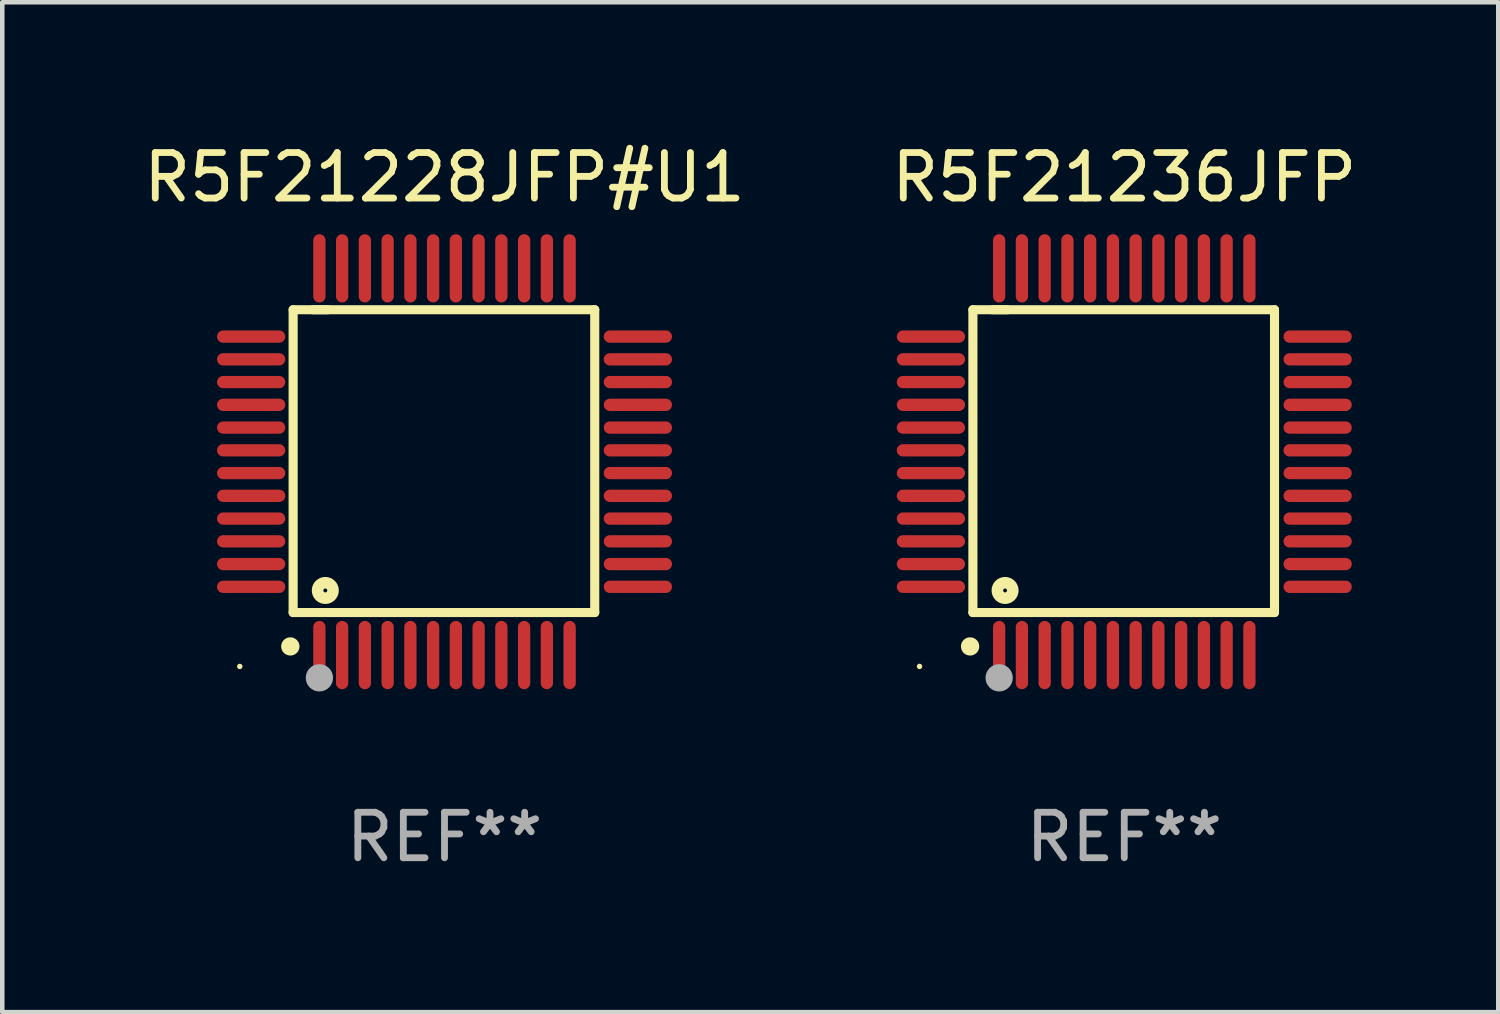
<source format=kicad_pcb>
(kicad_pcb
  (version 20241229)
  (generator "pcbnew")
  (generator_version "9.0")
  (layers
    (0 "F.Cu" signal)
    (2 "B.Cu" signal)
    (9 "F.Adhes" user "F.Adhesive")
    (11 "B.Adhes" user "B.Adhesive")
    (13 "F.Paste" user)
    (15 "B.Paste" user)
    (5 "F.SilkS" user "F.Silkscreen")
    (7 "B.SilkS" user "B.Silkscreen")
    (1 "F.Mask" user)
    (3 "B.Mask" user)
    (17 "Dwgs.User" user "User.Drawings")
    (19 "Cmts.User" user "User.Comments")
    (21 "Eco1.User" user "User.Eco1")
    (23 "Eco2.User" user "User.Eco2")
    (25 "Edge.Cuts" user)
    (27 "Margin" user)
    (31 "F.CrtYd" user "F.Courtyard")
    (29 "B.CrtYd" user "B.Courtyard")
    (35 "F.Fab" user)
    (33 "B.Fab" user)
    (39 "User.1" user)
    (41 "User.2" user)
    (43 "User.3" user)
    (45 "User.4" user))
  (footprint "R5F21228JFP#U1"
    (layer "F.Cu")
    (at 6.72 7.098)
    (property "Reference" "R5F21228JFP#U1" (at 0 -6.25 0) (layer "F.SilkS") (effects (font (size 1 1) (thickness 0.15))))
    (attr through_hole)
    (fp_line (start -3.327 -3.34) (end -2.565 -3.34) (stroke (width 0.2) (type solid)) (layer "F.SilkS"))
    (fp_line (start -3.327 3.315) (end -3.327 -3.34) (stroke (width 0.2) (type solid)) (layer "F.SilkS"))
    (fp_line (start -2.896 -3.34) (end 3.302 -3.34) (stroke (width 0.2) (type solid)) (layer "F.SilkS"))
    (fp_line (start 3.302 -3.34) (end 3.302 3.315) (stroke (width 0.2) (type solid)) (layer "F.SilkS"))
    (fp_line (start 3.302 3.315) (end -3.327 3.315) (stroke (width 0.2) (type solid)) (layer "F.SilkS"))
    (fp_arc (start -3.389992 4.059995) (mid -3.388722 4.059991) (end -3.387452 4.059995) (stroke (width 0.4) (type solid)) (layer "F.SilkS"))
    (fp_circle (center -4.5 4.5) (end -4.47 4.5) (stroke (width 0.06) (type solid)) (fill no) (layer "F.SilkS"))
    (fp_circle (center -2.62 2.83) (end -2.45 2.83) (stroke (width 0.254) (type solid)) (fill no) (layer "F.SilkS"))
    (fp_circle (center -2.75 4.75) (end -2.6 4.75) (stroke (width 0.3) (type solid)) (fill no) (layer "F.Fab"))
    (fp_text user "REF**" (at 0 8.25 0) (layer "F.Fab") (effects (font (size 1 1) (thickness 0.15))))
    (pad "1" smd oval (at -2.75 4.25) (size 0.27 1.5) (layers "F.Cu" "F.Mask" "F.Paste"))
    (pad "2" smd oval (at -2.25 4.25) (size 0.27 1.5) (layers "F.Cu" "F.Mask" "F.Paste"))
    (pad "3" smd oval (at -1.75 4.25) (size 0.27 1.5) (layers "F.Cu" "F.Mask" "F.Paste"))
    (pad "4" smd oval (at -1.25 4.25) (size 0.27 1.5) (layers "F.Cu" "F.Mask" "F.Paste"))
    (pad "5" smd oval (at -0.75 4.25) (size 0.27 1.5) (layers "F.Cu" "F.Mask" "F.Paste"))
    (pad "6" smd oval (at -0.25 4.25) (size 0.27 1.5) (layers "F.Cu" "F.Mask" "F.Paste"))
    (pad "7" smd oval (at 0.25 4.25) (size 0.27 1.5) (layers "F.Cu" "F.Mask" "F.Paste"))
    (pad "8" smd oval (at 0.75 4.25) (size 0.27 1.5) (layers "F.Cu" "F.Mask" "F.Paste"))
    (pad "9" smd oval (at 1.25 4.25) (size 0.27 1.5) (layers "F.Cu" "F.Mask" "F.Paste"))
    (pad "10" smd oval (at 1.75 4.25) (size 0.27 1.5) (layers "F.Cu" "F.Mask" "F.Paste"))
    (pad "11" smd oval (at 2.25 4.25) (size 0.27 1.5) (layers "F.Cu" "F.Mask" "F.Paste"))
    (pad "12" smd oval (at 2.75 4.25) (size 0.27 1.5) (layers "F.Cu" "F.Mask" "F.Paste"))
    (pad "13" smd oval (at 4.25 2.75) (size 1.5 0.27) (layers "F.Cu" "F.Mask" "F.Paste"))
    (pad "14" smd oval (at 4.25 2.25) (size 1.5 0.27) (layers "F.Cu" "F.Mask" "F.Paste"))
    (pad "15" smd oval (at 4.25 1.75) (size 1.5 0.27) (layers "F.Cu" "F.Mask" "F.Paste"))
    (pad "16" smd oval (at 4.25 1.25) (size 1.5 0.27) (layers "F.Cu" "F.Mask" "F.Paste"))
    (pad "17" smd oval (at 4.25 0.75) (size 1.5 0.27) (layers "F.Cu" "F.Mask" "F.Paste"))
    (pad "18" smd oval (at 4.25 0.25) (size 1.5 0.27) (layers "F.Cu" "F.Mask" "F.Paste"))
    (pad "19" smd oval (at 4.25 -0.25) (size 1.5 0.27) (layers "F.Cu" "F.Mask" "F.Paste"))
    (pad "20" smd oval (at 4.25 -0.75) (size 1.5 0.27) (layers "F.Cu" "F.Mask" "F.Paste"))
    (pad "21" smd oval (at 4.25 -1.25) (size 1.5 0.27) (layers "F.Cu" "F.Mask" "F.Paste"))
    (pad "22" smd oval (at 4.25 -1.75) (size 1.5 0.27) (layers "F.Cu" "F.Mask" "F.Paste"))
    (pad "23" smd oval (at 4.25 -2.25) (size 1.5 0.27) (layers "F.Cu" "F.Mask" "F.Paste"))
    (pad "24" smd oval (at 4.25 -2.75) (size 1.5 0.27) (layers "F.Cu" "F.Mask" "F.Paste"))
    (pad "25" smd oval (at 2.75 -4.25) (size 0.27 1.5) (layers "F.Cu" "F.Mask" "F.Paste"))
    (pad "26" smd oval (at 2.25 -4.25) (size 0.27 1.5) (layers "F.Cu" "F.Mask" "F.Paste"))
    (pad "27" smd oval (at 1.75 -4.25) (size 0.27 1.5) (layers "F.Cu" "F.Mask" "F.Paste"))
    (pad "28" smd oval (at 1.25 -4.25) (size 0.27 1.5) (layers "F.Cu" "F.Mask" "F.Paste"))
    (pad "29" smd oval (at 0.75 -4.25) (size 0.27 1.5) (layers "F.Cu" "F.Mask" "F.Paste"))
    (pad "30" smd oval (at 0.25 -4.25) (size 0.27 1.5) (layers "F.Cu" "F.Mask" "F.Paste"))
    (pad "31" smd oval (at -0.25 -4.25) (size 0.27 1.5) (layers "F.Cu" "F.Mask" "F.Paste"))
    (pad "32" smd oval (at -0.75 -4.25) (size 0.27 1.5) (layers "F.Cu" "F.Mask" "F.Paste"))
    (pad "33" smd oval (at -1.25 -4.25) (size 0.27 1.5) (layers "F.Cu" "F.Mask" "F.Paste"))
    (pad "34" smd oval (at -1.75 -4.25) (size 0.27 1.5) (layers "F.Cu" "F.Mask" "F.Paste"))
    (pad "35" smd oval (at -2.25 -4.25) (size 0.27 1.5) (layers "F.Cu" "F.Mask" "F.Paste"))
    (pad "36" smd oval (at -2.75 -4.25) (size 0.27 1.5) (layers "F.Cu" "F.Mask" "F.Paste"))
    (pad "37" smd oval (at -4.25 -2.75) (size 1.5 0.27) (layers "F.Cu" "F.Mask" "F.Paste"))
    (pad "38" smd oval (at -4.25 -2.25) (size 1.5 0.27) (layers "F.Cu" "F.Mask" "F.Paste"))
    (pad "39" smd oval (at -4.25 -1.75) (size 1.5 0.27) (layers "F.Cu" "F.Mask" "F.Paste"))
    (pad "40" smd oval (at -4.25 -1.25) (size 1.5 0.27) (layers "F.Cu" "F.Mask" "F.Paste"))
    (pad "41" smd oval (at -4.25 -0.75) (size 1.5 0.27) (layers "F.Cu" "F.Mask" "F.Paste"))
    (pad "42" smd oval (at -4.25 -0.25) (size 1.5 0.27) (layers "F.Cu" "F.Mask" "F.Paste"))
    (pad "43" smd oval (at -4.25 0.25) (size 1.5 0.27) (layers "F.Cu" "F.Mask" "F.Paste"))
    (pad "44" smd oval (at -4.25 0.75) (size 1.5 0.27) (layers "F.Cu" "F.Mask" "F.Paste"))
    (pad "45" smd oval (at -4.25 1.25) (size 1.5 0.27) (layers "F.Cu" "F.Mask" "F.Paste"))
    (pad "46" smd oval (at -4.25 1.75) (size 1.5 0.27) (layers "F.Cu" "F.Mask" "F.Paste"))
    (pad "47" smd oval (at -4.25 2.25) (size 1.5 0.27) (layers "F.Cu" "F.Mask" "F.Paste"))
    (pad "48" smd oval (at -4.25 2.75) (size 1.5 0.27) (layers "F.Cu" "F.Mask" "F.Paste")))
  (footprint "R5F21236JFP"
    (layer "F.Cu")
    (at 21.661 7.098)
    (property "Reference" "R5F21236JFP" (at 0 -6.25 0) (layer "F.SilkS") (effects (font (size 1 1) (thickness 0.15))))
    (attr through_hole)
    (fp_line (start -3.327 -3.34) (end -2.565 -3.34) (stroke (width 0.2) (type solid)) (layer "F.SilkS"))
    (fp_line (start -3.327 3.315) (end -3.327 -3.34) (stroke (width 0.2) (type solid)) (layer "F.SilkS"))
    (fp_line (start -2.896 -3.34) (end 3.302 -3.34) (stroke (width 0.2) (type solid)) (layer "F.SilkS"))
    (fp_line (start 3.302 -3.34) (end 3.302 3.315) (stroke (width 0.2) (type solid)) (layer "F.SilkS"))
    (fp_line (start 3.302 3.315) (end -3.327 3.315) (stroke (width 0.2) (type solid)) (layer "F.SilkS"))
    (fp_arc (start -3.389992 4.059995) (mid -3.388722 4.059991) (end -3.387452 4.059995) (stroke (width 0.4) (type solid)) (layer "F.SilkS"))
    (fp_circle (center -4.5 4.5) (end -4.47 4.5) (stroke (width 0.06) (type solid)) (fill no) (layer "F.SilkS"))
    (fp_circle (center -2.62 2.83) (end -2.45 2.83) (stroke (width 0.254) (type solid)) (fill no) (layer "F.SilkS"))
    (fp_circle (center -2.75 4.75) (end -2.6 4.75) (stroke (width 0.3) (type solid)) (fill no) (layer "F.Fab"))
    (fp_text user "REF**" (at 0 8.25 0) (layer "F.Fab") (effects (font (size 1 1) (thickness 0.15))))
    (pad "1" smd oval (at -2.75 4.25) (size 0.27 1.5) (layers "F.Cu" "F.Mask" "F.Paste"))
    (pad "2" smd oval (at -2.25 4.25) (size 0.27 1.5) (layers "F.Cu" "F.Mask" "F.Paste"))
    (pad "3" smd oval (at -1.75 4.25) (size 0.27 1.5) (layers "F.Cu" "F.Mask" "F.Paste"))
    (pad "4" smd oval (at -1.25 4.25) (size 0.27 1.5) (layers "F.Cu" "F.Mask" "F.Paste"))
    (pad "5" smd oval (at -0.75 4.25) (size 0.27 1.5) (layers "F.Cu" "F.Mask" "F.Paste"))
    (pad "6" smd oval (at -0.25 4.25) (size 0.27 1.5) (layers "F.Cu" "F.Mask" "F.Paste"))
    (pad "7" smd oval (at 0.25 4.25) (size 0.27 1.5) (layers "F.Cu" "F.Mask" "F.Paste"))
    (pad "8" smd oval (at 0.75 4.25) (size 0.27 1.5) (layers "F.Cu" "F.Mask" "F.Paste"))
    (pad "9" smd oval (at 1.25 4.25) (size 0.27 1.5) (layers "F.Cu" "F.Mask" "F.Paste"))
    (pad "10" smd oval (at 1.75 4.25) (size 0.27 1.5) (layers "F.Cu" "F.Mask" "F.Paste"))
    (pad "11" smd oval (at 2.25 4.25) (size 0.27 1.5) (layers "F.Cu" "F.Mask" "F.Paste"))
    (pad "12" smd oval (at 2.75 4.25) (size 0.27 1.5) (layers "F.Cu" "F.Mask" "F.Paste"))
    (pad "13" smd oval (at 4.25 2.75) (size 1.5 0.27) (layers "F.Cu" "F.Mask" "F.Paste"))
    (pad "14" smd oval (at 4.25 2.25) (size 1.5 0.27) (layers "F.Cu" "F.Mask" "F.Paste"))
    (pad "15" smd oval (at 4.25 1.75) (size 1.5 0.27) (layers "F.Cu" "F.Mask" "F.Paste"))
    (pad "16" smd oval (at 4.25 1.25) (size 1.5 0.27) (layers "F.Cu" "F.Mask" "F.Paste"))
    (pad "17" smd oval (at 4.25 0.75) (size 1.5 0.27) (layers "F.Cu" "F.Mask" "F.Paste"))
    (pad "18" smd oval (at 4.25 0.25) (size 1.5 0.27) (layers "F.Cu" "F.Mask" "F.Paste"))
    (pad "19" smd oval (at 4.25 -0.25) (size 1.5 0.27) (layers "F.Cu" "F.Mask" "F.Paste"))
    (pad "20" smd oval (at 4.25 -0.75) (size 1.5 0.27) (layers "F.Cu" "F.Mask" "F.Paste"))
    (pad "21" smd oval (at 4.25 -1.25) (size 1.5 0.27) (layers "F.Cu" "F.Mask" "F.Paste"))
    (pad "22" smd oval (at 4.25 -1.75) (size 1.5 0.27) (layers "F.Cu" "F.Mask" "F.Paste"))
    (pad "23" smd oval (at 4.25 -2.25) (size 1.5 0.27) (layers "F.Cu" "F.Mask" "F.Paste"))
    (pad "24" smd oval (at 4.25 -2.75) (size 1.5 0.27) (layers "F.Cu" "F.Mask" "F.Paste"))
    (pad "25" smd oval (at 2.75 -4.25) (size 0.27 1.5) (layers "F.Cu" "F.Mask" "F.Paste"))
    (pad "26" smd oval (at 2.25 -4.25) (size 0.27 1.5) (layers "F.Cu" "F.Mask" "F.Paste"))
    (pad "27" smd oval (at 1.75 -4.25) (size 0.27 1.5) (layers "F.Cu" "F.Mask" "F.Paste"))
    (pad "28" smd oval (at 1.25 -4.25) (size 0.27 1.5) (layers "F.Cu" "F.Mask" "F.Paste"))
    (pad "29" smd oval (at 0.75 -4.25) (size 0.27 1.5) (layers "F.Cu" "F.Mask" "F.Paste"))
    (pad "30" smd oval (at 0.25 -4.25) (size 0.27 1.5) (layers "F.Cu" "F.Mask" "F.Paste"))
    (pad "31" smd oval (at -0.25 -4.25) (size 0.27 1.5) (layers "F.Cu" "F.Mask" "F.Paste"))
    (pad "32" smd oval (at -0.75 -4.25) (size 0.27 1.5) (layers "F.Cu" "F.Mask" "F.Paste"))
    (pad "33" smd oval (at -1.25 -4.25) (size 0.27 1.5) (layers "F.Cu" "F.Mask" "F.Paste"))
    (pad "34" smd oval (at -1.75 -4.25) (size 0.27 1.5) (layers "F.Cu" "F.Mask" "F.Paste"))
    (pad "35" smd oval (at -2.25 -4.25) (size 0.27 1.5) (layers "F.Cu" "F.Mask" "F.Paste"))
    (pad "36" smd oval (at -2.75 -4.25) (size 0.27 1.5) (layers "F.Cu" "F.Mask" "F.Paste"))
    (pad "37" smd oval (at -4.25 -2.75) (size 1.5 0.27) (layers "F.Cu" "F.Mask" "F.Paste"))
    (pad "38" smd oval (at -4.25 -2.25) (size 1.5 0.27) (layers "F.Cu" "F.Mask" "F.Paste"))
    (pad "39" smd oval (at -4.25 -1.75) (size 1.5 0.27) (layers "F.Cu" "F.Mask" "F.Paste"))
    (pad "40" smd oval (at -4.25 -1.25) (size 1.5 0.27) (layers "F.Cu" "F.Mask" "F.Paste"))
    (pad "41" smd oval (at -4.25 -0.75) (size 1.5 0.27) (layers "F.Cu" "F.Mask" "F.Paste"))
    (pad "42" smd oval (at -4.25 -0.25) (size 1.5 0.27) (layers "F.Cu" "F.Mask" "F.Paste"))
    (pad "43" smd oval (at -4.25 0.25) (size 1.5 0.27) (layers "F.Cu" "F.Mask" "F.Paste"))
    (pad "44" smd oval (at -4.25 0.75) (size 1.5 0.27) (layers "F.Cu" "F.Mask" "F.Paste"))
    (pad "45" smd oval (at -4.25 1.25) (size 1.5 0.27) (layers "F.Cu" "F.Mask" "F.Paste"))
    (pad "46" smd oval (at -4.25 1.75) (size 1.5 0.27) (layers "F.Cu" "F.Mask" "F.Paste"))
    (pad "47" smd oval (at -4.25 2.25) (size 1.5 0.27) (layers "F.Cu" "F.Mask" "F.Paste"))
    (pad "48" smd oval (at -4.25 2.75) (size 1.5 0.27) (layers "F.Cu" "F.Mask" "F.Paste")))
  (gr_rect
    (start -3 -3)
    (end 29.881 19.196)
    (stroke (width 0.1) (type default))
    (fill no)
    (layer "Edge.Cuts")))
</source>
